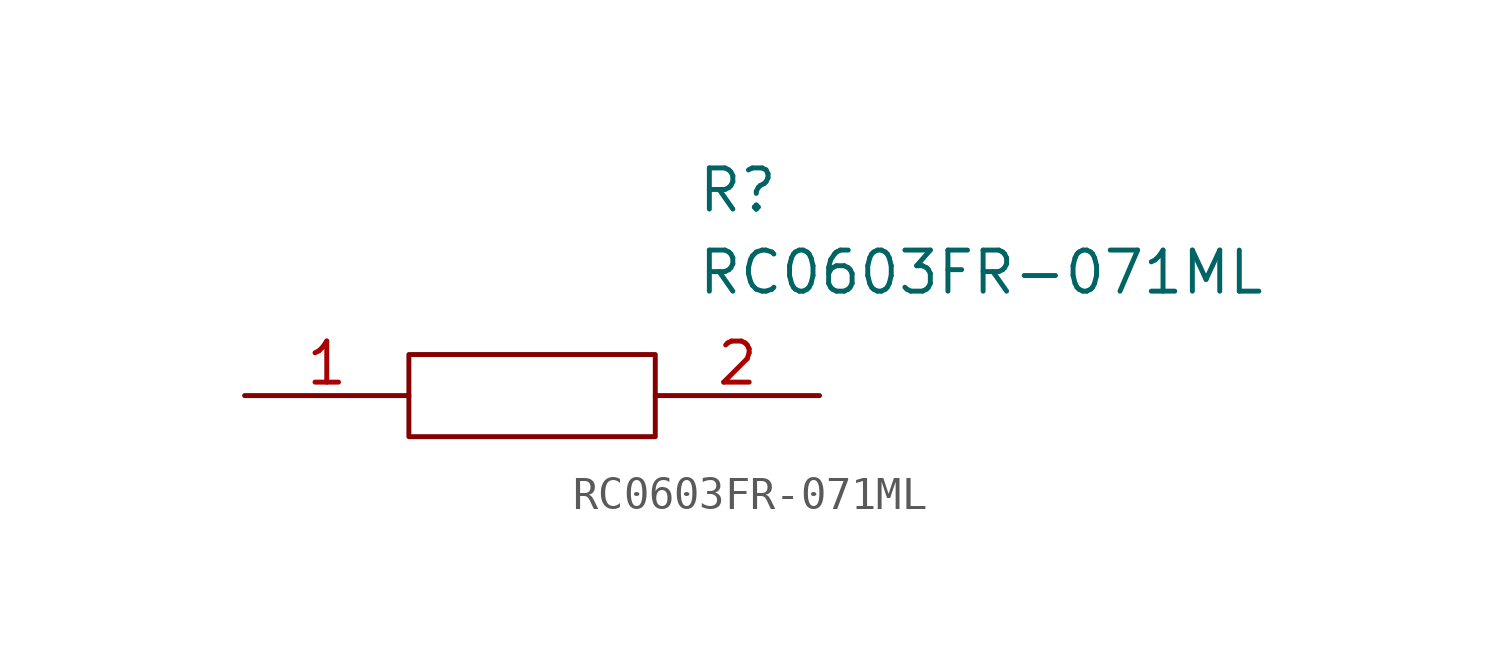
<source format=kicad_sym>
(kicad_symbol_lib
  (version 20211014)
  (generator kicad_symbol_editor)
  (symbol "RC0603FR-071ML"
    (pin_names
      (offset 0.762))
    (property "Reference" "R"
      (at 13.97 6.35 0)
      (effects (font (size 1.27 1.27)) (justify left)))
    (property "Value" "RC0603FR-071ML"
      (at 13.97 3.81 0)
      (effects (font (size 1.27 1.27)) (justify left)))
    (symbol "RC0603FR-071ML_0_0"
      (pin passive line (at 0 0 0) (length 5.08) (name "~" (effects (font (size 1.27 1.27)))) (number "1" (effects (font (size 1.27 1.27)))))
      (pin passive line (at 17.78 0 180) (length 5.08) (name "~" (effects (font (size 1.27 1.27)))) (number "2" (effects (font (size 1.27 1.27))))))
    (symbol "RC0603FR-071ML_0_1"
      (polyline (pts (xy 5.08 1.27) (xy 12.7 1.27) (xy 12.7 -1.27) (xy 5.08 -1.27) (xy 5.08 1.27)) (stroke (width 0.152) (type default) (color 0 0 0 0)) (fill (type none))))))
</source>
